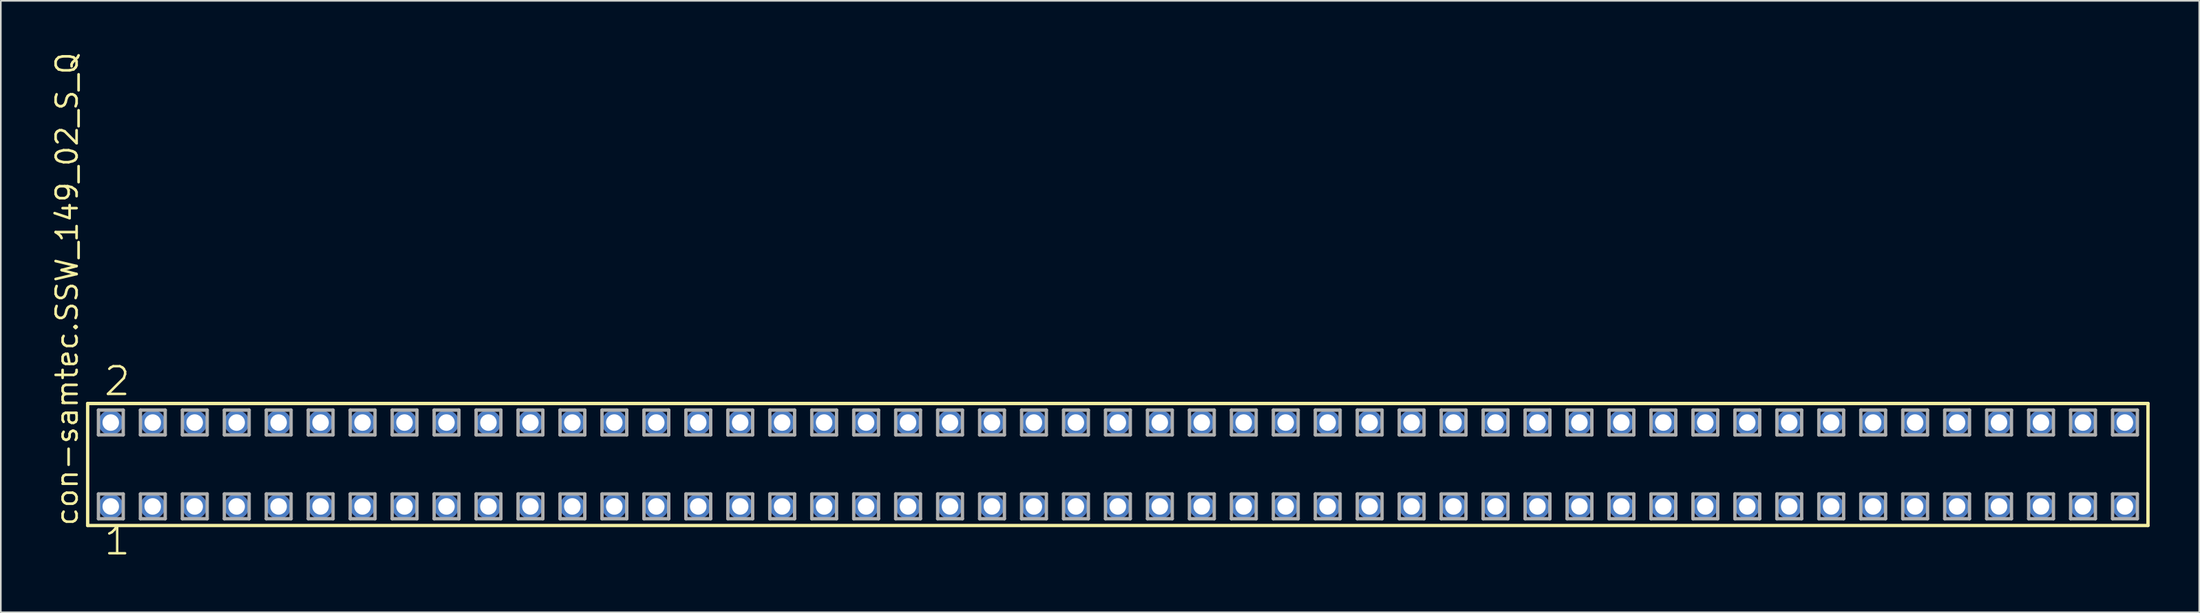
<source format=kicad_pcb>
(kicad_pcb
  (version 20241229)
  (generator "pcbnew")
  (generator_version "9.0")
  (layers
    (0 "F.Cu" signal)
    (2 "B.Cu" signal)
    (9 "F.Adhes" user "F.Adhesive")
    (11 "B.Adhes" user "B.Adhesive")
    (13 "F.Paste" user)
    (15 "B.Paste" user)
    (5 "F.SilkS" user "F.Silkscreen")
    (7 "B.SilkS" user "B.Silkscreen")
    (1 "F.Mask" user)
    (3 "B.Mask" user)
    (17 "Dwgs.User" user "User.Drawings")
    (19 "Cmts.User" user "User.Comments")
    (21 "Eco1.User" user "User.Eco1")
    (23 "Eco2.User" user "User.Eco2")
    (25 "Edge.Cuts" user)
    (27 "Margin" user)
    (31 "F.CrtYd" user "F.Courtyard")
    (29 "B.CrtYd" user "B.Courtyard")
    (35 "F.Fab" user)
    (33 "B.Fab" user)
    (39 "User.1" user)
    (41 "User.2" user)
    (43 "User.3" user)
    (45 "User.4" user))
  (footprint "con-samtec.SSW_149_02_S_Q"
    (layer "F.Cu")
    (at 64.615 25.082)
    (property "Reference" "con-samtec.SSW_149_02_S_Q" (at -62.865 3.81 90) (layer "F.SilkS") (effects (font (size 1.27 1.27) (thickness 0.16)) (justify left bottom)))
    (attr through_hole)
    (fp_line (start -62.359 -3.695) (end 62.359 -3.695) (stroke (width 0.203) (type default)) (layer "F.SilkS"))
    (fp_line (start -62.359 3.695) (end -62.359 -3.695) (stroke (width 0.203) (type default)) (layer "F.SilkS"))
    (fp_line (start 62.359 -3.695) (end 62.359 3.695) (stroke (width 0.203) (type default)) (layer "F.SilkS"))
    (fp_line (start 62.359 3.695) (end -62.359 3.695) (stroke (width 0.203) (type default)) (layer "F.SilkS"))
    (fp_line (start -61.705 -3.295) (end -60.205 -3.295) (stroke (width 0.203) (type default)) (layer "F.Fab"))
    (fp_line (start -61.705 -1.795) (end -61.705 -3.295) (stroke (width 0.203) (type default)) (layer "F.Fab"))
    (fp_line (start -61.705 1.785) (end -60.205 1.785) (stroke (width 0.203) (type default)) (layer "F.Fab"))
    (fp_line (start -61.705 3.285) (end -61.705 1.785) (stroke (width 0.203) (type default)) (layer "F.Fab"))
    (fp_line (start -60.205 -3.295) (end -60.205 -1.795) (stroke (width 0.203) (type default)) (layer "F.Fab"))
    (fp_line (start -60.205 -1.795) (end -61.705 -1.795) (stroke (width 0.203) (type default)) (layer "F.Fab"))
    (fp_line (start -60.205 1.785) (end -60.205 3.285) (stroke (width 0.203) (type default)) (layer "F.Fab"))
    (fp_line (start -60.205 3.285) (end -61.705 3.285) (stroke (width 0.203) (type default)) (layer "F.Fab"))
    (fp_line (start -59.165 -3.295) (end -57.665 -3.295) (stroke (width 0.203) (type default)) (layer "F.Fab"))
    (fp_line (start -59.165 -1.795) (end -59.165 -3.295) (stroke (width 0.203) (type default)) (layer "F.Fab"))
    (fp_line (start -59.165 1.785) (end -57.665 1.785) (stroke (width 0.203) (type default)) (layer "F.Fab"))
    (fp_line (start -59.165 3.285) (end -59.165 1.785) (stroke (width 0.203) (type default)) (layer "F.Fab"))
    (fp_line (start -57.665 -3.295) (end -57.665 -1.795) (stroke (width 0.203) (type default)) (layer "F.Fab"))
    (fp_line (start -57.665 -1.795) (end -59.165 -1.795) (stroke (width 0.203) (type default)) (layer "F.Fab"))
    (fp_line (start -57.665 1.785) (end -57.665 3.285) (stroke (width 0.203) (type default)) (layer "F.Fab"))
    (fp_line (start -57.665 3.285) (end -59.165 3.285) (stroke (width 0.203) (type default)) (layer "F.Fab"))
    (fp_line (start -56.625 -3.295) (end -55.125 -3.295) (stroke (width 0.203) (type default)) (layer "F.Fab"))
    (fp_line (start -56.625 -1.795) (end -56.625 -3.295) (stroke (width 0.203) (type default)) (layer "F.Fab"))
    (fp_line (start -56.625 1.785) (end -55.125 1.785) (stroke (width 0.203) (type default)) (layer "F.Fab"))
    (fp_line (start -56.625 3.285) (end -56.625 1.785) (stroke (width 0.203) (type default)) (layer "F.Fab"))
    (fp_line (start -55.125 -3.295) (end -55.125 -1.795) (stroke (width 0.203) (type default)) (layer "F.Fab"))
    (fp_line (start -55.125 -1.795) (end -56.625 -1.795) (stroke (width 0.203) (type default)) (layer "F.Fab"))
    (fp_line (start -55.125 1.785) (end -55.125 3.285) (stroke (width 0.203) (type default)) (layer "F.Fab"))
    (fp_line (start -55.125 3.285) (end -56.625 3.285) (stroke (width 0.203) (type default)) (layer "F.Fab"))
    (fp_line (start -54.085 -3.295) (end -52.585 -3.295) (stroke (width 0.203) (type default)) (layer "F.Fab"))
    (fp_line (start -54.085 -1.795) (end -54.085 -3.295) (stroke (width 0.203) (type default)) (layer "F.Fab"))
    (fp_line (start -54.085 1.785) (end -52.585 1.785) (stroke (width 0.203) (type default)) (layer "F.Fab"))
    (fp_line (start -54.085 3.285) (end -54.085 1.785) (stroke (width 0.203) (type default)) (layer "F.Fab"))
    (fp_line (start -52.585 -3.295) (end -52.585 -1.795) (stroke (width 0.203) (type default)) (layer "F.Fab"))
    (fp_line (start -52.585 -1.795) (end -54.085 -1.795) (stroke (width 0.203) (type default)) (layer "F.Fab"))
    (fp_line (start -52.585 1.785) (end -52.585 3.285) (stroke (width 0.203) (type default)) (layer "F.Fab"))
    (fp_line (start -52.585 3.285) (end -54.085 3.285) (stroke (width 0.203) (type default)) (layer "F.Fab"))
    (fp_line (start -51.545 -3.295) (end -50.045 -3.295) (stroke (width 0.203) (type default)) (layer "F.Fab"))
    (fp_line (start -51.545 -1.795) (end -51.545 -3.295) (stroke (width 0.203) (type default)) (layer "F.Fab"))
    (fp_line (start -51.545 1.785) (end -50.045 1.785) (stroke (width 0.203) (type default)) (layer "F.Fab"))
    (fp_line (start -51.545 3.285) (end -51.545 1.785) (stroke (width 0.203) (type default)) (layer "F.Fab"))
    (fp_line (start -50.045 -3.295) (end -50.045 -1.795) (stroke (width 0.203) (type default)) (layer "F.Fab"))
    (fp_line (start -50.045 -1.795) (end -51.545 -1.795) (stroke (width 0.203) (type default)) (layer "F.Fab"))
    (fp_line (start -50.045 1.785) (end -50.045 3.285) (stroke (width 0.203) (type default)) (layer "F.Fab"))
    (fp_line (start -50.045 3.285) (end -51.545 3.285) (stroke (width 0.203) (type default)) (layer "F.Fab"))
    (fp_line (start -49.005 -3.295) (end -47.505 -3.295) (stroke (width 0.203) (type default)) (layer "F.Fab"))
    (fp_line (start -49.005 -1.795) (end -49.005 -3.295) (stroke (width 0.203) (type default)) (layer "F.Fab"))
    (fp_line (start -49.005 1.785) (end -47.505 1.785) (stroke (width 0.203) (type default)) (layer "F.Fab"))
    (fp_line (start -49.005 3.285) (end -49.005 1.785) (stroke (width 0.203) (type default)) (layer "F.Fab"))
    (fp_line (start -47.505 -3.295) (end -47.505 -1.795) (stroke (width 0.203) (type default)) (layer "F.Fab"))
    (fp_line (start -47.505 -1.795) (end -49.005 -1.795) (stroke (width 0.203) (type default)) (layer "F.Fab"))
    (fp_line (start -47.505 1.785) (end -47.505 3.285) (stroke (width 0.203) (type default)) (layer "F.Fab"))
    (fp_line (start -47.505 3.285) (end -49.005 3.285) (stroke (width 0.203) (type default)) (layer "F.Fab"))
    (fp_line (start -46.465 -3.295) (end -44.965 -3.295) (stroke (width 0.203) (type default)) (layer "F.Fab"))
    (fp_line (start -46.465 -1.795) (end -46.465 -3.295) (stroke (width 0.203) (type default)) (layer "F.Fab"))
    (fp_line (start -46.465 1.785) (end -44.965 1.785) (stroke (width 0.203) (type default)) (layer "F.Fab"))
    (fp_line (start -46.465 3.285) (end -46.465 1.785) (stroke (width 0.203) (type default)) (layer "F.Fab"))
    (fp_line (start -44.965 -3.295) (end -44.965 -1.795) (stroke (width 0.203) (type default)) (layer "F.Fab"))
    (fp_line (start -44.965 -1.795) (end -46.465 -1.795) (stroke (width 0.203) (type default)) (layer "F.Fab"))
    (fp_line (start -44.965 1.785) (end -44.965 3.285) (stroke (width 0.203) (type default)) (layer "F.Fab"))
    (fp_line (start -44.965 3.285) (end -46.465 3.285) (stroke (width 0.203) (type default)) (layer "F.Fab"))
    (fp_line (start -43.925 -3.295) (end -42.425 -3.295) (stroke (width 0.203) (type default)) (layer "F.Fab"))
    (fp_line (start -43.925 -1.795) (end -43.925 -3.295) (stroke (width 0.203) (type default)) (layer "F.Fab"))
    (fp_line (start -43.925 1.785) (end -42.425 1.785) (stroke (width 0.203) (type default)) (layer "F.Fab"))
    (fp_line (start -43.925 3.285) (end -43.925 1.785) (stroke (width 0.203) (type default)) (layer "F.Fab"))
    (fp_line (start -42.425 -3.295) (end -42.425 -1.795) (stroke (width 0.203) (type default)) (layer "F.Fab"))
    (fp_line (start -42.425 -1.795) (end -43.925 -1.795) (stroke (width 0.203) (type default)) (layer "F.Fab"))
    (fp_line (start -42.425 1.785) (end -42.425 3.285) (stroke (width 0.203) (type default)) (layer "F.Fab"))
    (fp_line (start -42.425 3.285) (end -43.925 3.285) (stroke (width 0.203) (type default)) (layer "F.Fab"))
    (fp_line (start -41.385 -3.295) (end -39.885 -3.295) (stroke (width 0.203) (type default)) (layer "F.Fab"))
    (fp_line (start -41.385 -1.795) (end -41.385 -3.295) (stroke (width 0.203) (type default)) (layer "F.Fab"))
    (fp_line (start -41.385 1.785) (end -39.885 1.785) (stroke (width 0.203) (type default)) (layer "F.Fab"))
    (fp_line (start -41.385 3.285) (end -41.385 1.785) (stroke (width 0.203) (type default)) (layer "F.Fab"))
    (fp_line (start -39.885 -3.295) (end -39.885 -1.795) (stroke (width 0.203) (type default)) (layer "F.Fab"))
    (fp_line (start -39.885 -1.795) (end -41.385 -1.795) (stroke (width 0.203) (type default)) (layer "F.Fab"))
    (fp_line (start -39.885 1.785) (end -39.885 3.285) (stroke (width 0.203) (type default)) (layer "F.Fab"))
    (fp_line (start -39.885 3.285) (end -41.385 3.285) (stroke (width 0.203) (type default)) (layer "F.Fab"))
    (fp_line (start -38.845 -3.295) (end -37.345 -3.295) (stroke (width 0.203) (type default)) (layer "F.Fab"))
    (fp_line (start -38.845 -1.795) (end -38.845 -3.295) (stroke (width 0.203) (type default)) (layer "F.Fab"))
    (fp_line (start -38.845 1.785) (end -37.345 1.785) (stroke (width 0.203) (type default)) (layer "F.Fab"))
    (fp_line (start -38.845 3.285) (end -38.845 1.785) (stroke (width 0.203) (type default)) (layer "F.Fab"))
    (fp_line (start -37.345 -3.295) (end -37.345 -1.795) (stroke (width 0.203) (type default)) (layer "F.Fab"))
    (fp_line (start -37.345 -1.795) (end -38.845 -1.795) (stroke (width 0.203) (type default)) (layer "F.Fab"))
    (fp_line (start -37.345 1.785) (end -37.345 3.285) (stroke (width 0.203) (type default)) (layer "F.Fab"))
    (fp_line (start -37.345 3.285) (end -38.845 3.285) (stroke (width 0.203) (type default)) (layer "F.Fab"))
    (fp_line (start -36.305 -3.295) (end -34.805 -3.295) (stroke (width 0.203) (type default)) (layer "F.Fab"))
    (fp_line (start -36.305 -1.795) (end -36.305 -3.295) (stroke (width 0.203) (type default)) (layer "F.Fab"))
    (fp_line (start -36.305 1.785) (end -34.805 1.785) (stroke (width 0.203) (type default)) (layer "F.Fab"))
    (fp_line (start -36.305 3.285) (end -36.305 1.785) (stroke (width 0.203) (type default)) (layer "F.Fab"))
    (fp_line (start -34.805 -3.295) (end -34.805 -1.795) (stroke (width 0.203) (type default)) (layer "F.Fab"))
    (fp_line (start -34.805 -1.795) (end -36.305 -1.795) (stroke (width 0.203) (type default)) (layer "F.Fab"))
    (fp_line (start -34.805 1.785) (end -34.805 3.285) (stroke (width 0.203) (type default)) (layer "F.Fab"))
    (fp_line (start -34.805 3.285) (end -36.305 3.285) (stroke (width 0.203) (type default)) (layer "F.Fab"))
    (fp_line (start -33.765 -3.295) (end -32.265 -3.295) (stroke (width 0.203) (type default)) (layer "F.Fab"))
    (fp_line (start -33.765 -1.795) (end -33.765 -3.295) (stroke (width 0.203) (type default)) (layer "F.Fab"))
    (fp_line (start -33.765 1.785) (end -32.265 1.785) (stroke (width 0.203) (type default)) (layer "F.Fab"))
    (fp_line (start -33.765 3.285) (end -33.765 1.785) (stroke (width 0.203) (type default)) (layer "F.Fab"))
    (fp_line (start -32.265 -3.295) (end -32.265 -1.795) (stroke (width 0.203) (type default)) (layer "F.Fab"))
    (fp_line (start -32.265 -1.795) (end -33.765 -1.795) (stroke (width 0.203) (type default)) (layer "F.Fab"))
    (fp_line (start -32.265 1.785) (end -32.265 3.285) (stroke (width 0.203) (type default)) (layer "F.Fab"))
    (fp_line (start -32.265 3.285) (end -33.765 3.285) (stroke (width 0.203) (type default)) (layer "F.Fab"))
    (fp_line (start -31.225 -3.295) (end -29.725 -3.295) (stroke (width 0.203) (type default)) (layer "F.Fab"))
    (fp_line (start -31.225 -1.795) (end -31.225 -3.295) (stroke (width 0.203) (type default)) (layer "F.Fab"))
    (fp_line (start -31.225 1.785) (end -29.725 1.785) (stroke (width 0.203) (type default)) (layer "F.Fab"))
    (fp_line (start -31.225 3.285) (end -31.225 1.785) (stroke (width 0.203) (type default)) (layer "F.Fab"))
    (fp_line (start -29.725 -3.295) (end -29.725 -1.795) (stroke (width 0.203) (type default)) (layer "F.Fab"))
    (fp_line (start -29.725 -1.795) (end -31.225 -1.795) (stroke (width 0.203) (type default)) (layer "F.Fab"))
    (fp_line (start -29.725 1.785) (end -29.725 3.285) (stroke (width 0.203) (type default)) (layer "F.Fab"))
    (fp_line (start -29.725 3.285) (end -31.225 3.285) (stroke (width 0.203) (type default)) (layer "F.Fab"))
    (fp_line (start -28.685 -3.295) (end -27.185 -3.295) (stroke (width 0.203) (type default)) (layer "F.Fab"))
    (fp_line (start -28.685 -1.795) (end -28.685 -3.295) (stroke (width 0.203) (type default)) (layer "F.Fab"))
    (fp_line (start -28.685 1.785) (end -27.185 1.785) (stroke (width 0.203) (type default)) (layer "F.Fab"))
    (fp_line (start -28.685 3.285) (end -28.685 1.785) (stroke (width 0.203) (type default)) (layer "F.Fab"))
    (fp_line (start -27.185 -3.295) (end -27.185 -1.795) (stroke (width 0.203) (type default)) (layer "F.Fab"))
    (fp_line (start -27.185 -1.795) (end -28.685 -1.795) (stroke (width 0.203) (type default)) (layer "F.Fab"))
    (fp_line (start -27.185 1.785) (end -27.185 3.285) (stroke (width 0.203) (type default)) (layer "F.Fab"))
    (fp_line (start -27.185 3.285) (end -28.685 3.285) (stroke (width 0.203) (type default)) (layer "F.Fab"))
    (fp_line (start -26.145 -3.295) (end -24.645 -3.295) (stroke (width 0.203) (type default)) (layer "F.Fab"))
    (fp_line (start -26.145 -1.795) (end -26.145 -3.295) (stroke (width 0.203) (type default)) (layer "F.Fab"))
    (fp_line (start -26.145 1.785) (end -24.645 1.785) (stroke (width 0.203) (type default)) (layer "F.Fab"))
    (fp_line (start -26.145 3.285) (end -26.145 1.785) (stroke (width 0.203) (type default)) (layer "F.Fab"))
    (fp_line (start -24.645 -3.295) (end -24.645 -1.795) (stroke (width 0.203) (type default)) (layer "F.Fab"))
    (fp_line (start -24.645 -1.795) (end -26.145 -1.795) (stroke (width 0.203) (type default)) (layer "F.Fab"))
    (fp_line (start -24.645 1.785) (end -24.645 3.285) (stroke (width 0.203) (type default)) (layer "F.Fab"))
    (fp_line (start -24.645 3.285) (end -26.145 3.285) (stroke (width 0.203) (type default)) (layer "F.Fab"))
    (fp_line (start -23.605 -3.295) (end -22.105 -3.295) (stroke (width 0.203) (type default)) (layer "F.Fab"))
    (fp_line (start -23.605 -1.795) (end -23.605 -3.295) (stroke (width 0.203) (type default)) (layer "F.Fab"))
    (fp_line (start -23.605 1.785) (end -22.105 1.785) (stroke (width 0.203) (type default)) (layer "F.Fab"))
    (fp_line (start -23.605 3.285) (end -23.605 1.785) (stroke (width 0.203) (type default)) (layer "F.Fab"))
    (fp_line (start -22.105 -3.295) (end -22.105 -1.795) (stroke (width 0.203) (type default)) (layer "F.Fab"))
    (fp_line (start -22.105 -1.795) (end -23.605 -1.795) (stroke (width 0.203) (type default)) (layer "F.Fab"))
    (fp_line (start -22.105 1.785) (end -22.105 3.285) (stroke (width 0.203) (type default)) (layer "F.Fab"))
    (fp_line (start -22.105 3.285) (end -23.605 3.285) (stroke (width 0.203) (type default)) (layer "F.Fab"))
    (fp_line (start -21.065 -3.295) (end -19.565 -3.295) (stroke (width 0.203) (type default)) (layer "F.Fab"))
    (fp_line (start -21.065 -1.795) (end -21.065 -3.295) (stroke (width 0.203) (type default)) (layer "F.Fab"))
    (fp_line (start -21.065 1.785) (end -19.565 1.785) (stroke (width 0.203) (type default)) (layer "F.Fab"))
    (fp_line (start -21.065 3.285) (end -21.065 1.785) (stroke (width 0.203) (type default)) (layer "F.Fab"))
    (fp_line (start -19.565 -3.295) (end -19.565 -1.795) (stroke (width 0.203) (type default)) (layer "F.Fab"))
    (fp_line (start -19.565 -1.795) (end -21.065 -1.795) (stroke (width 0.203) (type default)) (layer "F.Fab"))
    (fp_line (start -19.565 1.785) (end -19.565 3.285) (stroke (width 0.203) (type default)) (layer "F.Fab"))
    (fp_line (start -19.565 3.285) (end -21.065 3.285) (stroke (width 0.203) (type default)) (layer "F.Fab"))
    (fp_line (start -18.525 -3.295) (end -17.025 -3.295) (stroke (width 0.203) (type default)) (layer "F.Fab"))
    (fp_line (start -18.525 -1.795) (end -18.525 -3.295) (stroke (width 0.203) (type default)) (layer "F.Fab"))
    (fp_line (start -18.525 1.785) (end -17.025 1.785) (stroke (width 0.203) (type default)) (layer "F.Fab"))
    (fp_line (start -18.525 3.285) (end -18.525 1.785) (stroke (width 0.203) (type default)) (layer "F.Fab"))
    (fp_line (start -17.025 -3.295) (end -17.025 -1.795) (stroke (width 0.203) (type default)) (layer "F.Fab"))
    (fp_line (start -17.025 -1.795) (end -18.525 -1.795) (stroke (width 0.203) (type default)) (layer "F.Fab"))
    (fp_line (start -17.025 1.785) (end -17.025 3.285) (stroke (width 0.203) (type default)) (layer "F.Fab"))
    (fp_line (start -17.025 3.285) (end -18.525 3.285) (stroke (width 0.203) (type default)) (layer "F.Fab"))
    (fp_line (start -15.985 -3.295) (end -14.485 -3.295) (stroke (width 0.203) (type default)) (layer "F.Fab"))
    (fp_line (start -15.985 -1.795) (end -15.985 -3.295) (stroke (width 0.203) (type default)) (layer "F.Fab"))
    (fp_line (start -15.985 1.785) (end -14.485 1.785) (stroke (width 0.203) (type default)) (layer "F.Fab"))
    (fp_line (start -15.985 3.285) (end -15.985 1.785) (stroke (width 0.203) (type default)) (layer "F.Fab"))
    (fp_line (start -14.485 -3.295) (end -14.485 -1.795) (stroke (width 0.203) (type default)) (layer "F.Fab"))
    (fp_line (start -14.485 -1.795) (end -15.985 -1.795) (stroke (width 0.203) (type default)) (layer "F.Fab"))
    (fp_line (start -14.485 1.785) (end -14.485 3.285) (stroke (width 0.203) (type default)) (layer "F.Fab"))
    (fp_line (start -14.485 3.285) (end -15.985 3.285) (stroke (width 0.203) (type default)) (layer "F.Fab"))
    (fp_line (start -13.445 -3.295) (end -11.945 -3.295) (stroke (width 0.203) (type default)) (layer "F.Fab"))
    (fp_line (start -13.445 -1.795) (end -13.445 -3.295) (stroke (width 0.203) (type default)) (layer "F.Fab"))
    (fp_line (start -13.445 1.785) (end -11.945 1.785) (stroke (width 0.203) (type default)) (layer "F.Fab"))
    (fp_line (start -13.445 3.285) (end -13.445 1.785) (stroke (width 0.203) (type default)) (layer "F.Fab"))
    (fp_line (start -11.945 -3.295) (end -11.945 -1.795) (stroke (width 0.203) (type default)) (layer "F.Fab"))
    (fp_line (start -11.945 -1.795) (end -13.445 -1.795) (stroke (width 0.203) (type default)) (layer "F.Fab"))
    (fp_line (start -11.945 1.785) (end -11.945 3.285) (stroke (width 0.203) (type default)) (layer "F.Fab"))
    (fp_line (start -11.945 3.285) (end -13.445 3.285) (stroke (width 0.203) (type default)) (layer "F.Fab"))
    (fp_line (start -10.905 -3.295) (end -9.405 -3.295) (stroke (width 0.203) (type default)) (layer "F.Fab"))
    (fp_line (start -10.905 -1.795) (end -10.905 -3.295) (stroke (width 0.203) (type default)) (layer "F.Fab"))
    (fp_line (start -10.905 1.785) (end -9.405 1.785) (stroke (width 0.203) (type default)) (layer "F.Fab"))
    (fp_line (start -10.905 3.285) (end -10.905 1.785) (stroke (width 0.203) (type default)) (layer "F.Fab"))
    (fp_line (start -9.405 -3.295) (end -9.405 -1.795) (stroke (width 0.203) (type default)) (layer "F.Fab"))
    (fp_line (start -9.405 -1.795) (end -10.905 -1.795) (stroke (width 0.203) (type default)) (layer "F.Fab"))
    (fp_line (start -9.405 1.785) (end -9.405 3.285) (stroke (width 0.203) (type default)) (layer "F.Fab"))
    (fp_line (start -9.405 3.285) (end -10.905 3.285) (stroke (width 0.203) (type default)) (layer "F.Fab"))
    (fp_line (start -8.365 -3.295) (end -6.865 -3.295) (stroke (width 0.203) (type default)) (layer "F.Fab"))
    (fp_line (start -8.365 -1.795) (end -8.365 -3.295) (stroke (width 0.203) (type default)) (layer "F.Fab"))
    (fp_line (start -8.365 1.785) (end -6.865 1.785) (stroke (width 0.203) (type default)) (layer "F.Fab"))
    (fp_line (start -8.365 3.285) (end -8.365 1.785) (stroke (width 0.203) (type default)) (layer "F.Fab"))
    (fp_line (start -6.865 -3.295) (end -6.865 -1.795) (stroke (width 0.203) (type default)) (layer "F.Fab"))
    (fp_line (start -6.865 -1.795) (end -8.365 -1.795) (stroke (width 0.203) (type default)) (layer "F.Fab"))
    (fp_line (start -6.865 1.785) (end -6.865 3.285) (stroke (width 0.203) (type default)) (layer "F.Fab"))
    (fp_line (start -6.865 3.285) (end -8.365 3.285) (stroke (width 0.203) (type default)) (layer "F.Fab"))
    (fp_line (start -5.825 -3.295) (end -4.325 -3.295) (stroke (width 0.203) (type default)) (layer "F.Fab"))
    (fp_line (start -5.825 -1.795) (end -5.825 -3.295) (stroke (width 0.203) (type default)) (layer "F.Fab"))
    (fp_line (start -5.825 1.785) (end -4.325 1.785) (stroke (width 0.203) (type default)) (layer "F.Fab"))
    (fp_line (start -5.825 3.285) (end -5.825 1.785) (stroke (width 0.203) (type default)) (layer "F.Fab"))
    (fp_line (start -4.325 -3.295) (end -4.325 -1.795) (stroke (width 0.203) (type default)) (layer "F.Fab"))
    (fp_line (start -4.325 -1.795) (end -5.825 -1.795) (stroke (width 0.203) (type default)) (layer "F.Fab"))
    (fp_line (start -4.325 1.785) (end -4.325 3.285) (stroke (width 0.203) (type default)) (layer "F.Fab"))
    (fp_line (start -4.325 3.285) (end -5.825 3.285) (stroke (width 0.203) (type default)) (layer "F.Fab"))
    (fp_line (start -3.285 -3.295) (end -1.785 -3.295) (stroke (width 0.203) (type default)) (layer "F.Fab"))
    (fp_line (start -3.285 -1.795) (end -3.285 -3.295) (stroke (width 0.203) (type default)) (layer "F.Fab"))
    (fp_line (start -3.285 1.785) (end -1.785 1.785) (stroke (width 0.203) (type default)) (layer "F.Fab"))
    (fp_line (start -3.285 3.285) (end -3.285 1.785) (stroke (width 0.203) (type default)) (layer "F.Fab"))
    (fp_line (start -1.785 -3.295) (end -1.785 -1.795) (stroke (width 0.203) (type default)) (layer "F.Fab"))
    (fp_line (start -1.785 -1.795) (end -3.285 -1.795) (stroke (width 0.203) (type default)) (layer "F.Fab"))
    (fp_line (start -1.785 1.785) (end -1.785 3.285) (stroke (width 0.203) (type default)) (layer "F.Fab"))
    (fp_line (start -1.785 3.285) (end -3.285 3.285) (stroke (width 0.203) (type default)) (layer "F.Fab"))
    (fp_line (start -0.745 -3.295) (end 0.755 -3.295) (stroke (width 0.203) (type default)) (layer "F.Fab"))
    (fp_line (start -0.745 -1.795) (end -0.745 -3.295) (stroke (width 0.203) (type default)) (layer "F.Fab"))
    (fp_line (start -0.745 1.785) (end 0.755 1.785) (stroke (width 0.203) (type default)) (layer "F.Fab"))
    (fp_line (start -0.745 3.285) (end -0.745 1.785) (stroke (width 0.203) (type default)) (layer "F.Fab"))
    (fp_line (start 0.755 -3.295) (end 0.755 -1.795) (stroke (width 0.203) (type default)) (layer "F.Fab"))
    (fp_line (start 0.755 -1.795) (end -0.745 -1.795) (stroke (width 0.203) (type default)) (layer "F.Fab"))
    (fp_line (start 0.755 1.785) (end 0.755 3.285) (stroke (width 0.203) (type default)) (layer "F.Fab"))
    (fp_line (start 0.755 3.285) (end -0.745 3.285) (stroke (width 0.203) (type default)) (layer "F.Fab"))
    (fp_line (start 1.795 -3.295) (end 3.295 -3.295) (stroke (width 0.203) (type default)) (layer "F.Fab"))
    (fp_line (start 1.795 -1.795) (end 1.795 -3.295) (stroke (width 0.203) (type default)) (layer "F.Fab"))
    (fp_line (start 1.795 1.785) (end 3.295 1.785) (stroke (width 0.203) (type default)) (layer "F.Fab"))
    (fp_line (start 1.795 3.285) (end 1.795 1.785) (stroke (width 0.203) (type default)) (layer "F.Fab"))
    (fp_line (start 3.295 -3.295) (end 3.295 -1.795) (stroke (width 0.203) (type default)) (layer "F.Fab"))
    (fp_line (start 3.295 -1.795) (end 1.795 -1.795) (stroke (width 0.203) (type default)) (layer "F.Fab"))
    (fp_line (start 3.295 1.785) (end 3.295 3.285) (stroke (width 0.203) (type default)) (layer "F.Fab"))
    (fp_line (start 3.295 3.285) (end 1.795 3.285) (stroke (width 0.203) (type default)) (layer "F.Fab"))
    (fp_line (start 4.335 -3.295) (end 5.835 -3.295) (stroke (width 0.203) (type default)) (layer "F.Fab"))
    (fp_line (start 4.335 -1.795) (end 4.335 -3.295) (stroke (width 0.203) (type default)) (layer "F.Fab"))
    (fp_line (start 4.335 1.785) (end 5.835 1.785) (stroke (width 0.203) (type default)) (layer "F.Fab"))
    (fp_line (start 4.335 3.285) (end 4.335 1.785) (stroke (width 0.203) (type default)) (layer "F.Fab"))
    (fp_line (start 5.835 -3.295) (end 5.835 -1.795) (stroke (width 0.203) (type default)) (layer "F.Fab"))
    (fp_line (start 5.835 -1.795) (end 4.335 -1.795) (stroke (width 0.203) (type default)) (layer "F.Fab"))
    (fp_line (start 5.835 1.785) (end 5.835 3.285) (stroke (width 0.203) (type default)) (layer "F.Fab"))
    (fp_line (start 5.835 3.285) (end 4.335 3.285) (stroke (width 0.203) (type default)) (layer "F.Fab"))
    (fp_line (start 6.875 -3.295) (end 8.375 -3.295) (stroke (width 0.203) (type default)) (layer "F.Fab"))
    (fp_line (start 6.875 -1.795) (end 6.875 -3.295) (stroke (width 0.203) (type default)) (layer "F.Fab"))
    (fp_line (start 6.875 1.785) (end 8.375 1.785) (stroke (width 0.203) (type default)) (layer "F.Fab"))
    (fp_line (start 6.875 3.285) (end 6.875 1.785) (stroke (width 0.203) (type default)) (layer "F.Fab"))
    (fp_line (start 8.375 -3.295) (end 8.375 -1.795) (stroke (width 0.203) (type default)) (layer "F.Fab"))
    (fp_line (start 8.375 -1.795) (end 6.875 -1.795) (stroke (width 0.203) (type default)) (layer "F.Fab"))
    (fp_line (start 8.375 1.785) (end 8.375 3.285) (stroke (width 0.203) (type default)) (layer "F.Fab"))
    (fp_line (start 8.375 3.285) (end 6.875 3.285) (stroke (width 0.203) (type default)) (layer "F.Fab"))
    (fp_line (start 9.415 -3.295) (end 10.915 -3.295) (stroke (width 0.203) (type default)) (layer "F.Fab"))
    (fp_line (start 9.415 -1.795) (end 9.415 -3.295) (stroke (width 0.203) (type default)) (layer "F.Fab"))
    (fp_line (start 9.415 1.785) (end 10.915 1.785) (stroke (width 0.203) (type default)) (layer "F.Fab"))
    (fp_line (start 9.415 3.285) (end 9.415 1.785) (stroke (width 0.203) (type default)) (layer "F.Fab"))
    (fp_line (start 10.915 -3.295) (end 10.915 -1.795) (stroke (width 0.203) (type default)) (layer "F.Fab"))
    (fp_line (start 10.915 -1.795) (end 9.415 -1.795) (stroke (width 0.203) (type default)) (layer "F.Fab"))
    (fp_line (start 10.915 1.785) (end 10.915 3.285) (stroke (width 0.203) (type default)) (layer "F.Fab"))
    (fp_line (start 10.915 3.285) (end 9.415 3.285) (stroke (width 0.203) (type default)) (layer "F.Fab"))
    (fp_line (start 11.955 -3.295) (end 13.455 -3.295) (stroke (width 0.203) (type default)) (layer "F.Fab"))
    (fp_line (start 11.955 -1.795) (end 11.955 -3.295) (stroke (width 0.203) (type default)) (layer "F.Fab"))
    (fp_line (start 11.955 1.785) (end 13.455 1.785) (stroke (width 0.203) (type default)) (layer "F.Fab"))
    (fp_line (start 11.955 3.285) (end 11.955 1.785) (stroke (width 0.203) (type default)) (layer "F.Fab"))
    (fp_line (start 13.455 -3.295) (end 13.455 -1.795) (stroke (width 0.203) (type default)) (layer "F.Fab"))
    (fp_line (start 13.455 -1.795) (end 11.955 -1.795) (stroke (width 0.203) (type default)) (layer "F.Fab"))
    (fp_line (start 13.455 1.785) (end 13.455 3.285) (stroke (width 0.203) (type default)) (layer "F.Fab"))
    (fp_line (start 13.455 3.285) (end 11.955 3.285) (stroke (width 0.203) (type default)) (layer "F.Fab"))
    (fp_line (start 14.495 -3.295) (end 15.995 -3.295) (stroke (width 0.203) (type default)) (layer "F.Fab"))
    (fp_line (start 14.495 -1.795) (end 14.495 -3.295) (stroke (width 0.203) (type default)) (layer "F.Fab"))
    (fp_line (start 14.495 1.785) (end 15.995 1.785) (stroke (width 0.203) (type default)) (layer "F.Fab"))
    (fp_line (start 14.495 3.285) (end 14.495 1.785) (stroke (width 0.203) (type default)) (layer "F.Fab"))
    (fp_line (start 15.995 -3.295) (end 15.995 -1.795) (stroke (width 0.203) (type default)) (layer "F.Fab"))
    (fp_line (start 15.995 -1.795) (end 14.495 -1.795) (stroke (width 0.203) (type default)) (layer "F.Fab"))
    (fp_line (start 15.995 1.785) (end 15.995 3.285) (stroke (width 0.203) (type default)) (layer "F.Fab"))
    (fp_line (start 15.995 3.285) (end 14.495 3.285) (stroke (width 0.203) (type default)) (layer "F.Fab"))
    (fp_line (start 17.035 -3.295) (end 18.535 -3.295) (stroke (width 0.203) (type default)) (layer "F.Fab"))
    (fp_line (start 17.035 -1.795) (end 17.035 -3.295) (stroke (width 0.203) (type default)) (layer "F.Fab"))
    (fp_line (start 17.035 1.785) (end 18.535 1.785) (stroke (width 0.203) (type default)) (layer "F.Fab"))
    (fp_line (start 17.035 3.285) (end 17.035 1.785) (stroke (width 0.203) (type default)) (layer "F.Fab"))
    (fp_line (start 18.535 -3.295) (end 18.535 -1.795) (stroke (width 0.203) (type default)) (layer "F.Fab"))
    (fp_line (start 18.535 -1.795) (end 17.035 -1.795) (stroke (width 0.203) (type default)) (layer "F.Fab"))
    (fp_line (start 18.535 1.785) (end 18.535 3.285) (stroke (width 0.203) (type default)) (layer "F.Fab"))
    (fp_line (start 18.535 3.285) (end 17.035 3.285) (stroke (width 0.203) (type default)) (layer "F.Fab"))
    (fp_line (start 19.575 -3.295) (end 21.075 -3.295) (stroke (width 0.203) (type default)) (layer "F.Fab"))
    (fp_line (start 19.575 -1.795) (end 19.575 -3.295) (stroke (width 0.203) (type default)) (layer "F.Fab"))
    (fp_line (start 19.575 1.785) (end 21.075 1.785) (stroke (width 0.203) (type default)) (layer "F.Fab"))
    (fp_line (start 19.575 3.285) (end 19.575 1.785) (stroke (width 0.203) (type default)) (layer "F.Fab"))
    (fp_line (start 21.075 -3.295) (end 21.075 -1.795) (stroke (width 0.203) (type default)) (layer "F.Fab"))
    (fp_line (start 21.075 -1.795) (end 19.575 -1.795) (stroke (width 0.203) (type default)) (layer "F.Fab"))
    (fp_line (start 21.075 1.785) (end 21.075 3.285) (stroke (width 0.203) (type default)) (layer "F.Fab"))
    (fp_line (start 21.075 3.285) (end 19.575 3.285) (stroke (width 0.203) (type default)) (layer "F.Fab"))
    (fp_line (start 22.115 -3.295) (end 23.615 -3.295) (stroke (width 0.203) (type default)) (layer "F.Fab"))
    (fp_line (start 22.115 -1.795) (end 22.115 -3.295) (stroke (width 0.203) (type default)) (layer "F.Fab"))
    (fp_line (start 22.115 1.785) (end 23.615 1.785) (stroke (width 0.203) (type default)) (layer "F.Fab"))
    (fp_line (start 22.115 3.285) (end 22.115 1.785) (stroke (width 0.203) (type default)) (layer "F.Fab"))
    (fp_line (start 23.615 -3.295) (end 23.615 -1.795) (stroke (width 0.203) (type default)) (layer "F.Fab"))
    (fp_line (start 23.615 -1.795) (end 22.115 -1.795) (stroke (width 0.203) (type default)) (layer "F.Fab"))
    (fp_line (start 23.615 1.785) (end 23.615 3.285) (stroke (width 0.203) (type default)) (layer "F.Fab"))
    (fp_line (start 23.615 3.285) (end 22.115 3.285) (stroke (width 0.203) (type default)) (layer "F.Fab"))
    (fp_line (start 24.655 -3.295) (end 26.155 -3.295) (stroke (width 0.203) (type default)) (layer "F.Fab"))
    (fp_line (start 24.655 -1.795) (end 24.655 -3.295) (stroke (width 0.203) (type default)) (layer "F.Fab"))
    (fp_line (start 24.655 1.785) (end 26.155 1.785) (stroke (width 0.203) (type default)) (layer "F.Fab"))
    (fp_line (start 24.655 3.285) (end 24.655 1.785) (stroke (width 0.203) (type default)) (layer "F.Fab"))
    (fp_line (start 26.155 -3.295) (end 26.155 -1.795) (stroke (width 0.203) (type default)) (layer "F.Fab"))
    (fp_line (start 26.155 -1.795) (end 24.655 -1.795) (stroke (width 0.203) (type default)) (layer "F.Fab"))
    (fp_line (start 26.155 1.785) (end 26.155 3.285) (stroke (width 0.203) (type default)) (layer "F.Fab"))
    (fp_line (start 26.155 3.285) (end 24.655 3.285) (stroke (width 0.203) (type default)) (layer "F.Fab"))
    (fp_line (start 27.195 -3.295) (end 28.695 -3.295) (stroke (width 0.203) (type default)) (layer "F.Fab"))
    (fp_line (start 27.195 -1.795) (end 27.195 -3.295) (stroke (width 0.203) (type default)) (layer "F.Fab"))
    (fp_line (start 27.195 1.785) (end 28.695 1.785) (stroke (width 0.203) (type default)) (layer "F.Fab"))
    (fp_line (start 27.195 3.285) (end 27.195 1.785) (stroke (width 0.203) (type default)) (layer "F.Fab"))
    (fp_line (start 28.695 -3.295) (end 28.695 -1.795) (stroke (width 0.203) (type default)) (layer "F.Fab"))
    (fp_line (start 28.695 -1.795) (end 27.195 -1.795) (stroke (width 0.203) (type default)) (layer "F.Fab"))
    (fp_line (start 28.695 1.785) (end 28.695 3.285) (stroke (width 0.203) (type default)) (layer "F.Fab"))
    (fp_line (start 28.695 3.285) (end 27.195 3.285) (stroke (width 0.203) (type default)) (layer "F.Fab"))
    (fp_line (start 29.735 -3.295) (end 31.235 -3.295) (stroke (width 0.203) (type default)) (layer "F.Fab"))
    (fp_line (start 29.735 -1.795) (end 29.735 -3.295) (stroke (width 0.203) (type default)) (layer "F.Fab"))
    (fp_line (start 29.735 1.785) (end 31.235 1.785) (stroke (width 0.203) (type default)) (layer "F.Fab"))
    (fp_line (start 29.735 3.285) (end 29.735 1.785) (stroke (width 0.203) (type default)) (layer "F.Fab"))
    (fp_line (start 31.235 -3.295) (end 31.235 -1.795) (stroke (width 0.203) (type default)) (layer "F.Fab"))
    (fp_line (start 31.235 -1.795) (end 29.735 -1.795) (stroke (width 0.203) (type default)) (layer "F.Fab"))
    (fp_line (start 31.235 1.785) (end 31.235 3.285) (stroke (width 0.203) (type default)) (layer "F.Fab"))
    (fp_line (start 31.235 3.285) (end 29.735 3.285) (stroke (width 0.203) (type default)) (layer "F.Fab"))
    (fp_line (start 32.275 -3.295) (end 33.775 -3.295) (stroke (width 0.203) (type default)) (layer "F.Fab"))
    (fp_line (start 32.275 -1.795) (end 32.275 -3.295) (stroke (width 0.203) (type default)) (layer "F.Fab"))
    (fp_line (start 32.275 1.785) (end 33.775 1.785) (stroke (width 0.203) (type default)) (layer "F.Fab"))
    (fp_line (start 32.275 3.285) (end 32.275 1.785) (stroke (width 0.203) (type default)) (layer "F.Fab"))
    (fp_line (start 33.775 -3.295) (end 33.775 -1.795) (stroke (width 0.203) (type default)) (layer "F.Fab"))
    (fp_line (start 33.775 -1.795) (end 32.275 -1.795) (stroke (width 0.203) (type default)) (layer "F.Fab"))
    (fp_line (start 33.775 1.785) (end 33.775 3.285) (stroke (width 0.203) (type default)) (layer "F.Fab"))
    (fp_line (start 33.775 3.285) (end 32.275 3.285) (stroke (width 0.203) (type default)) (layer "F.Fab"))
    (fp_line (start 34.815 -3.295) (end 36.315 -3.295) (stroke (width 0.203) (type default)) (layer "F.Fab"))
    (fp_line (start 34.815 -1.795) (end 34.815 -3.295) (stroke (width 0.203) (type default)) (layer "F.Fab"))
    (fp_line (start 34.815 1.785) (end 36.315 1.785) (stroke (width 0.203) (type default)) (layer "F.Fab"))
    (fp_line (start 34.815 3.285) (end 34.815 1.785) (stroke (width 0.203) (type default)) (layer "F.Fab"))
    (fp_line (start 36.315 -3.295) (end 36.315 -1.795) (stroke (width 0.203) (type default)) (layer "F.Fab"))
    (fp_line (start 36.315 -1.795) (end 34.815 -1.795) (stroke (width 0.203) (type default)) (layer "F.Fab"))
    (fp_line (start 36.315 1.785) (end 36.315 3.285) (stroke (width 0.203) (type default)) (layer "F.Fab"))
    (fp_line (start 36.315 3.285) (end 34.815 3.285) (stroke (width 0.203) (type default)) (layer "F.Fab"))
    (fp_line (start 37.355 -3.295) (end 38.855 -3.295) (stroke (width 0.203) (type default)) (layer "F.Fab"))
    (fp_line (start 37.355 -1.795) (end 37.355 -3.295) (stroke (width 0.203) (type default)) (layer "F.Fab"))
    (fp_line (start 37.355 1.785) (end 38.855 1.785) (stroke (width 0.203) (type default)) (layer "F.Fab"))
    (fp_line (start 37.355 3.285) (end 37.355 1.785) (stroke (width 0.203) (type default)) (layer "F.Fab"))
    (fp_line (start 38.855 -3.295) (end 38.855 -1.795) (stroke (width 0.203) (type default)) (layer "F.Fab"))
    (fp_line (start 38.855 -1.795) (end 37.355 -1.795) (stroke (width 0.203) (type default)) (layer "F.Fab"))
    (fp_line (start 38.855 1.785) (end 38.855 3.285) (stroke (width 0.203) (type default)) (layer "F.Fab"))
    (fp_line (start 38.855 3.285) (end 37.355 3.285) (stroke (width 0.203) (type default)) (layer "F.Fab"))
    (fp_line (start 39.895 -3.295) (end 41.395 -3.295) (stroke (width 0.203) (type default)) (layer "F.Fab"))
    (fp_line (start 39.895 -1.795) (end 39.895 -3.295) (stroke (width 0.203) (type default)) (layer "F.Fab"))
    (fp_line (start 39.895 1.785) (end 41.395 1.785) (stroke (width 0.203) (type default)) (layer "F.Fab"))
    (fp_line (start 39.895 3.285) (end 39.895 1.785) (stroke (width 0.203) (type default)) (layer "F.Fab"))
    (fp_line (start 41.395 -3.295) (end 41.395 -1.795) (stroke (width 0.203) (type default)) (layer "F.Fab"))
    (fp_line (start 41.395 -1.795) (end 39.895 -1.795) (stroke (width 0.203) (type default)) (layer "F.Fab"))
    (fp_line (start 41.395 1.785) (end 41.395 3.285) (stroke (width 0.203) (type default)) (layer "F.Fab"))
    (fp_line (start 41.395 3.285) (end 39.895 3.285) (stroke (width 0.203) (type default)) (layer "F.Fab"))
    (fp_line (start 42.435 -3.295) (end 43.935 -3.295) (stroke (width 0.203) (type default)) (layer "F.Fab"))
    (fp_line (start 42.435 -1.795) (end 42.435 -3.295) (stroke (width 0.203) (type default)) (layer "F.Fab"))
    (fp_line (start 42.435 1.785) (end 43.935 1.785) (stroke (width 0.203) (type default)) (layer "F.Fab"))
    (fp_line (start 42.435 3.285) (end 42.435 1.785) (stroke (width 0.203) (type default)) (layer "F.Fab"))
    (fp_line (start 43.935 -3.295) (end 43.935 -1.795) (stroke (width 0.203) (type default)) (layer "F.Fab"))
    (fp_line (start 43.935 -1.795) (end 42.435 -1.795) (stroke (width 0.203) (type default)) (layer "F.Fab"))
    (fp_line (start 43.935 1.785) (end 43.935 3.285) (stroke (width 0.203) (type default)) (layer "F.Fab"))
    (fp_line (start 43.935 3.285) (end 42.435 3.285) (stroke (width 0.203) (type default)) (layer "F.Fab"))
    (fp_line (start 44.975 -3.295) (end 46.475 -3.295) (stroke (width 0.203) (type default)) (layer "F.Fab"))
    (fp_line (start 44.975 -1.795) (end 44.975 -3.295) (stroke (width 0.203) (type default)) (layer "F.Fab"))
    (fp_line (start 44.975 1.785) (end 46.475 1.785) (stroke (width 0.203) (type default)) (layer "F.Fab"))
    (fp_line (start 44.975 3.285) (end 44.975 1.785) (stroke (width 0.203) (type default)) (layer "F.Fab"))
    (fp_line (start 46.475 -3.295) (end 46.475 -1.795) (stroke (width 0.203) (type default)) (layer "F.Fab"))
    (fp_line (start 46.475 -1.795) (end 44.975 -1.795) (stroke (width 0.203) (type default)) (layer "F.Fab"))
    (fp_line (start 46.475 1.785) (end 46.475 3.285) (stroke (width 0.203) (type default)) (layer "F.Fab"))
    (fp_line (start 46.475 3.285) (end 44.975 3.285) (stroke (width 0.203) (type default)) (layer "F.Fab"))
    (fp_line (start 47.515 -3.295) (end 49.015 -3.295) (stroke (width 0.203) (type default)) (layer "F.Fab"))
    (fp_line (start 47.515 -1.795) (end 47.515 -3.295) (stroke (width 0.203) (type default)) (layer "F.Fab"))
    (fp_line (start 47.515 1.785) (end 49.015 1.785) (stroke (width 0.203) (type default)) (layer "F.Fab"))
    (fp_line (start 47.515 3.285) (end 47.515 1.785) (stroke (width 0.203) (type default)) (layer "F.Fab"))
    (fp_line (start 49.015 -3.295) (end 49.015 -1.795) (stroke (width 0.203) (type default)) (layer "F.Fab"))
    (fp_line (start 49.015 -1.795) (end 47.515 -1.795) (stroke (width 0.203) (type default)) (layer "F.Fab"))
    (fp_line (start 49.015 1.785) (end 49.015 3.285) (stroke (width 0.203) (type default)) (layer "F.Fab"))
    (fp_line (start 49.015 3.285) (end 47.515 3.285) (stroke (width 0.203) (type default)) (layer "F.Fab"))
    (fp_line (start 50.055 -3.295) (end 51.555 -3.295) (stroke (width 0.203) (type default)) (layer "F.Fab"))
    (fp_line (start 50.055 -1.795) (end 50.055 -3.295) (stroke (width 0.203) (type default)) (layer "F.Fab"))
    (fp_line (start 50.055 1.785) (end 51.555 1.785) (stroke (width 0.203) (type default)) (layer "F.Fab"))
    (fp_line (start 50.055 3.285) (end 50.055 1.785) (stroke (width 0.203) (type default)) (layer "F.Fab"))
    (fp_line (start 51.555 -3.295) (end 51.555 -1.795) (stroke (width 0.203) (type default)) (layer "F.Fab"))
    (fp_line (start 51.555 -1.795) (end 50.055 -1.795) (stroke (width 0.203) (type default)) (layer "F.Fab"))
    (fp_line (start 51.555 1.785) (end 51.555 3.285) (stroke (width 0.203) (type default)) (layer "F.Fab"))
    (fp_line (start 51.555 3.285) (end 50.055 3.285) (stroke (width 0.203) (type default)) (layer "F.Fab"))
    (fp_line (start 52.595 -3.295) (end 54.095 -3.295) (stroke (width 0.203) (type default)) (layer "F.Fab"))
    (fp_line (start 52.595 -1.795) (end 52.595 -3.295) (stroke (width 0.203) (type default)) (layer "F.Fab"))
    (fp_line (start 52.595 1.785) (end 54.095 1.785) (stroke (width 0.203) (type default)) (layer "F.Fab"))
    (fp_line (start 52.595 3.285) (end 52.595 1.785) (stroke (width 0.203) (type default)) (layer "F.Fab"))
    (fp_line (start 54.095 -3.295) (end 54.095 -1.795) (stroke (width 0.203) (type default)) (layer "F.Fab"))
    (fp_line (start 54.095 -1.795) (end 52.595 -1.795) (stroke (width 0.203) (type default)) (layer "F.Fab"))
    (fp_line (start 54.095 1.785) (end 54.095 3.285) (stroke (width 0.203) (type default)) (layer "F.Fab"))
    (fp_line (start 54.095 3.285) (end 52.595 3.285) (stroke (width 0.203) (type default)) (layer "F.Fab"))
    (fp_line (start 55.135 -3.295) (end 56.635 -3.295) (stroke (width 0.203) (type default)) (layer "F.Fab"))
    (fp_line (start 55.135 -1.795) (end 55.135 -3.295) (stroke (width 0.203) (type default)) (layer "F.Fab"))
    (fp_line (start 55.135 1.785) (end 56.635 1.785) (stroke (width 0.203) (type default)) (layer "F.Fab"))
    (fp_line (start 55.135 3.285) (end 55.135 1.785) (stroke (width 0.203) (type default)) (layer "F.Fab"))
    (fp_line (start 56.635 -3.295) (end 56.635 -1.795) (stroke (width 0.203) (type default)) (layer "F.Fab"))
    (fp_line (start 56.635 -1.795) (end 55.135 -1.795) (stroke (width 0.203) (type default)) (layer "F.Fab"))
    (fp_line (start 56.635 1.785) (end 56.635 3.285) (stroke (width 0.203) (type default)) (layer "F.Fab"))
    (fp_line (start 56.635 3.285) (end 55.135 3.285) (stroke (width 0.203) (type default)) (layer "F.Fab"))
    (fp_line (start 57.675 -3.295) (end 59.175 -3.295) (stroke (width 0.203) (type default)) (layer "F.Fab"))
    (fp_line (start 57.675 -1.795) (end 57.675 -3.295) (stroke (width 0.203) (type default)) (layer "F.Fab"))
    (fp_line (start 57.675 1.785) (end 59.175 1.785) (stroke (width 0.203) (type default)) (layer "F.Fab"))
    (fp_line (start 57.675 3.285) (end 57.675 1.785) (stroke (width 0.203) (type default)) (layer "F.Fab"))
    (fp_line (start 59.175 -3.295) (end 59.175 -1.795) (stroke (width 0.203) (type default)) (layer "F.Fab"))
    (fp_line (start 59.175 -1.795) (end 57.675 -1.795) (stroke (width 0.203) (type default)) (layer "F.Fab"))
    (fp_line (start 59.175 1.785) (end 59.175 3.285) (stroke (width 0.203) (type default)) (layer "F.Fab"))
    (fp_line (start 59.175 3.285) (end 57.675 3.285) (stroke (width 0.203) (type default)) (layer "F.Fab"))
    (fp_line (start 60.215 -3.295) (end 61.715 -3.295) (stroke (width 0.203) (type default)) (layer "F.Fab"))
    (fp_line (start 60.215 -1.795) (end 60.215 -3.295) (stroke (width 0.203) (type default)) (layer "F.Fab"))
    (fp_line (start 60.215 1.785) (end 61.715 1.785) (stroke (width 0.203) (type default)) (layer "F.Fab"))
    (fp_line (start 60.215 3.285) (end 60.215 1.785) (stroke (width 0.203) (type default)) (layer "F.Fab"))
    (fp_line (start 61.715 -3.295) (end 61.715 -1.795) (stroke (width 0.203) (type default)) (layer "F.Fab"))
    (fp_line (start 61.715 -1.795) (end 60.215 -1.795) (stroke (width 0.203) (type default)) (layer "F.Fab"))
    (fp_line (start 61.715 1.785) (end 61.715 3.285) (stroke (width 0.203) (type default)) (layer "F.Fab"))
    (fp_line (start 61.715 3.285) (end 60.215 3.285) (stroke (width 0.203) (type default)) (layer "F.Fab"))
    (fp_text user "1" (at -61.468 5.588 0) (layer "F.SilkS") (effects (font (size 1.676 1.676) (thickness 0.15)) (justify left bottom)))
    (fp_text user "2" (at -61.468 -4.064 0) (layer "F.SilkS") (effects (font (size 1.676 1.676) (thickness 0.15)) (justify left bottom)))
    (pad "1" thru_hole circle (at -60.96 2.54) (size 1.5 1.5) (drill 1) (layers "*.Cu" "*.Mask"))
    (pad "2" thru_hole circle (at -60.96 -2.54) (size 1.5 1.5) (drill 1) (layers "*.Cu" "*.Mask"))
    (pad "3" thru_hole circle (at -58.42 2.54) (size 1.5 1.5) (drill 1) (layers "*.Cu" "*.Mask"))
    (pad "4" thru_hole circle (at -58.42 -2.54) (size 1.5 1.5) (drill 1) (layers "*.Cu" "*.Mask"))
    (pad "5" thru_hole circle (at -55.88 2.54) (size 1.5 1.5) (drill 1) (layers "*.Cu" "*.Mask"))
    (pad "6" thru_hole circle (at -55.88 -2.54) (size 1.5 1.5) (drill 1) (layers "*.Cu" "*.Mask"))
    (pad "7" thru_hole circle (at -53.34 2.54) (size 1.5 1.5) (drill 1) (layers "*.Cu" "*.Mask"))
    (pad "8" thru_hole circle (at -53.34 -2.54) (size 1.5 1.5) (drill 1) (layers "*.Cu" "*.Mask"))
    (pad "9" thru_hole circle (at -50.8 2.54) (size 1.5 1.5) (drill 1) (layers "*.Cu" "*.Mask"))
    (pad "10" thru_hole circle (at -50.8 -2.54) (size 1.5 1.5) (drill 1) (layers "*.Cu" "*.Mask"))
    (pad "11" thru_hole circle (at -48.26 2.54) (size 1.5 1.5) (drill 1) (layers "*.Cu" "*.Mask"))
    (pad "12" thru_hole circle (at -48.26 -2.54) (size 1.5 1.5) (drill 1) (layers "*.Cu" "*.Mask"))
    (pad "13" thru_hole circle (at -45.72 2.54) (size 1.5 1.5) (drill 1) (layers "*.Cu" "*.Mask"))
    (pad "14" thru_hole circle (at -45.72 -2.54) (size 1.5 1.5) (drill 1) (layers "*.Cu" "*.Mask"))
    (pad "15" thru_hole circle (at -43.18 2.54) (size 1.5 1.5) (drill 1) (layers "*.Cu" "*.Mask"))
    (pad "16" thru_hole circle (at -43.18 -2.54) (size 1.5 1.5) (drill 1) (layers "*.Cu" "*.Mask"))
    (pad "17" thru_hole circle (at -40.64 2.54) (size 1.5 1.5) (drill 1) (layers "*.Cu" "*.Mask"))
    (pad "18" thru_hole circle (at -40.64 -2.54) (size 1.5 1.5) (drill 1) (layers "*.Cu" "*.Mask"))
    (pad "19" thru_hole circle (at -38.1 2.54) (size 1.5 1.5) (drill 1) (layers "*.Cu" "*.Mask"))
    (pad "20" thru_hole circle (at -38.1 -2.54) (size 1.5 1.5) (drill 1) (layers "*.Cu" "*.Mask"))
    (pad "21" thru_hole circle (at -35.56 2.54) (size 1.5 1.5) (drill 1) (layers "*.Cu" "*.Mask"))
    (pad "22" thru_hole circle (at -35.56 -2.54) (size 1.5 1.5) (drill 1) (layers "*.Cu" "*.Mask"))
    (pad "23" thru_hole circle (at -33.02 2.54) (size 1.5 1.5) (drill 1) (layers "*.Cu" "*.Mask"))
    (pad "24" thru_hole circle (at -33.02 -2.54) (size 1.5 1.5) (drill 1) (layers "*.Cu" "*.Mask"))
    (pad "25" thru_hole circle (at -30.48 2.54) (size 1.5 1.5) (drill 1) (layers "*.Cu" "*.Mask"))
    (pad "26" thru_hole circle (at -30.48 -2.54) (size 1.5 1.5) (drill 1) (layers "*.Cu" "*.Mask"))
    (pad "27" thru_hole circle (at -27.94 2.54) (size 1.5 1.5) (drill 1) (layers "*.Cu" "*.Mask"))
    (pad "28" thru_hole circle (at -27.94 -2.54) (size 1.5 1.5) (drill 1) (layers "*.Cu" "*.Mask"))
    (pad "29" thru_hole circle (at -25.4 2.54) (size 1.5 1.5) (drill 1) (layers "*.Cu" "*.Mask"))
    (pad "30" thru_hole circle (at -25.4 -2.54) (size 1.5 1.5) (drill 1) (layers "*.Cu" "*.Mask"))
    (pad "31" thru_hole circle (at -22.86 2.54) (size 1.5 1.5) (drill 1) (layers "*.Cu" "*.Mask"))
    (pad "32" thru_hole circle (at -22.86 -2.54) (size 1.5 1.5) (drill 1) (layers "*.Cu" "*.Mask"))
    (pad "33" thru_hole circle (at -20.32 2.54) (size 1.5 1.5) (drill 1) (layers "*.Cu" "*.Mask"))
    (pad "34" thru_hole circle (at -20.32 -2.54) (size 1.5 1.5) (drill 1) (layers "*.Cu" "*.Mask"))
    (pad "35" thru_hole circle (at -17.78 2.54) (size 1.5 1.5) (drill 1) (layers "*.Cu" "*.Mask"))
    (pad "36" thru_hole circle (at -17.78 -2.54) (size 1.5 1.5) (drill 1) (layers "*.Cu" "*.Mask"))
    (pad "37" thru_hole circle (at -15.24 2.54) (size 1.5 1.5) (drill 1) (layers "*.Cu" "*.Mask"))
    (pad "38" thru_hole circle (at -15.24 -2.54) (size 1.5 1.5) (drill 1) (layers "*.Cu" "*.Mask"))
    (pad "39" thru_hole circle (at -12.7 2.54) (size 1.5 1.5) (drill 1) (layers "*.Cu" "*.Mask"))
    (pad "40" thru_hole circle (at -12.7 -2.54) (size 1.5 1.5) (drill 1) (layers "*.Cu" "*.Mask"))
    (pad "41" thru_hole circle (at -10.16 2.54) (size 1.5 1.5) (drill 1) (layers "*.Cu" "*.Mask"))
    (pad "42" thru_hole circle (at -10.16 -2.54) (size 1.5 1.5) (drill 1) (layers "*.Cu" "*.Mask"))
    (pad "43" thru_hole circle (at -7.62 2.54) (size 1.5 1.5) (drill 1) (layers "*.Cu" "*.Mask"))
    (pad "44" thru_hole circle (at -7.62 -2.54) (size 1.5 1.5) (drill 1) (layers "*.Cu" "*.Mask"))
    (pad "45" thru_hole circle (at -5.08 2.54) (size 1.5 1.5) (drill 1) (layers "*.Cu" "*.Mask"))
    (pad "46" thru_hole circle (at -5.08 -2.54) (size 1.5 1.5) (drill 1) (layers "*.Cu" "*.Mask"))
    (pad "47" thru_hole circle (at -2.54 2.54) (size 1.5 1.5) (drill 1) (layers "*.Cu" "*.Mask"))
    (pad "48" thru_hole circle (at -2.54 -2.54) (size 1.5 1.5) (drill 1) (layers "*.Cu" "*.Mask"))
    (pad "49" thru_hole circle (at 0 2.54) (size 1.5 1.5) (drill 1) (layers "*.Cu" "*.Mask"))
    (pad "50" thru_hole circle (at 0 -2.54) (size 1.5 1.5) (drill 1) (layers "*.Cu" "*.Mask"))
    (pad "51" thru_hole circle (at 2.54 2.54) (size 1.5 1.5) (drill 1) (layers "*.Cu" "*.Mask"))
    (pad "52" thru_hole circle (at 2.54 -2.54) (size 1.5 1.5) (drill 1) (layers "*.Cu" "*.Mask"))
    (pad "53" thru_hole circle (at 5.08 2.54) (size 1.5 1.5) (drill 1) (layers "*.Cu" "*.Mask"))
    (pad "54" thru_hole circle (at 5.08 -2.54) (size 1.5 1.5) (drill 1) (layers "*.Cu" "*.Mask"))
    (pad "55" thru_hole circle (at 7.62 2.54) (size 1.5 1.5) (drill 1) (layers "*.Cu" "*.Mask"))
    (pad "56" thru_hole circle (at 7.62 -2.54) (size 1.5 1.5) (drill 1) (layers "*.Cu" "*.Mask"))
    (pad "57" thru_hole circle (at 10.16 2.54) (size 1.5 1.5) (drill 1) (layers "*.Cu" "*.Mask"))
    (pad "58" thru_hole circle (at 10.16 -2.54) (size 1.5 1.5) (drill 1) (layers "*.Cu" "*.Mask"))
    (pad "59" thru_hole circle (at 12.7 2.54) (size 1.5 1.5) (drill 1) (layers "*.Cu" "*.Mask"))
    (pad "60" thru_hole circle (at 12.7 -2.54) (size 1.5 1.5) (drill 1) (layers "*.Cu" "*.Mask"))
    (pad "61" thru_hole circle (at 15.24 2.54) (size 1.5 1.5) (drill 1) (layers "*.Cu" "*.Mask"))
    (pad "62" thru_hole circle (at 15.24 -2.54) (size 1.5 1.5) (drill 1) (layers "*.Cu" "*.Mask"))
    (pad "63" thru_hole circle (at 17.78 2.54) (size 1.5 1.5) (drill 1) (layers "*.Cu" "*.Mask"))
    (pad "64" thru_hole circle (at 17.78 -2.54) (size 1.5 1.5) (drill 1) (layers "*.Cu" "*.Mask"))
    (pad "65" thru_hole circle (at 20.32 2.54) (size 1.5 1.5) (drill 1) (layers "*.Cu" "*.Mask"))
    (pad "66" thru_hole circle (at 20.32 -2.54) (size 1.5 1.5) (drill 1) (layers "*.Cu" "*.Mask"))
    (pad "67" thru_hole circle (at 22.86 2.54) (size 1.5 1.5) (drill 1) (layers "*.Cu" "*.Mask"))
    (pad "68" thru_hole circle (at 22.86 -2.54) (size 1.5 1.5) (drill 1) (layers "*.Cu" "*.Mask"))
    (pad "69" thru_hole circle (at 25.4 2.54) (size 1.5 1.5) (drill 1) (layers "*.Cu" "*.Mask"))
    (pad "70" thru_hole circle (at 25.4 -2.54) (size 1.5 1.5) (drill 1) (layers "*.Cu" "*.Mask"))
    (pad "71" thru_hole circle (at 27.94 2.54) (size 1.5 1.5) (drill 1) (layers "*.Cu" "*.Mask"))
    (pad "72" thru_hole circle (at 27.94 -2.54) (size 1.5 1.5) (drill 1) (layers "*.Cu" "*.Mask"))
    (pad "73" thru_hole circle (at 30.48 2.54) (size 1.5 1.5) (drill 1) (layers "*.Cu" "*.Mask"))
    (pad "74" thru_hole circle (at 30.48 -2.54) (size 1.5 1.5) (drill 1) (layers "*.Cu" "*.Mask"))
    (pad "75" thru_hole circle (at 33.02 2.54) (size 1.5 1.5) (drill 1) (layers "*.Cu" "*.Mask"))
    (pad "76" thru_hole circle (at 33.02 -2.54) (size 1.5 1.5) (drill 1) (layers "*.Cu" "*.Mask"))
    (pad "77" thru_hole circle (at 35.56 2.54) (size 1.5 1.5) (drill 1) (layers "*.Cu" "*.Mask"))
    (pad "78" thru_hole circle (at 35.56 -2.54) (size 1.5 1.5) (drill 1) (layers "*.Cu" "*.Mask"))
    (pad "79" thru_hole circle (at 38.1 2.54) (size 1.5 1.5) (drill 1) (layers "*.Cu" "*.Mask"))
    (pad "80" thru_hole circle (at 38.1 -2.54) (size 1.5 1.5) (drill 1) (layers "*.Cu" "*.Mask"))
    (pad "81" thru_hole circle (at 40.64 2.54) (size 1.5 1.5) (drill 1) (layers "*.Cu" "*.Mask"))
    (pad "82" thru_hole circle (at 40.64 -2.54) (size 1.5 1.5) (drill 1) (layers "*.Cu" "*.Mask"))
    (pad "83" thru_hole circle (at 43.18 2.54) (size 1.5 1.5) (drill 1) (layers "*.Cu" "*.Mask"))
    (pad "84" thru_hole circle (at 43.18 -2.54) (size 1.5 1.5) (drill 1) (layers "*.Cu" "*.Mask"))
    (pad "85" thru_hole circle (at 45.72 2.54) (size 1.5 1.5) (drill 1) (layers "*.Cu" "*.Mask"))
    (pad "86" thru_hole circle (at 45.72 -2.54) (size 1.5 1.5) (drill 1) (layers "*.Cu" "*.Mask"))
    (pad "87" thru_hole circle (at 48.26 2.54) (size 1.5 1.5) (drill 1) (layers "*.Cu" "*.Mask"))
    (pad "88" thru_hole circle (at 48.26 -2.54) (size 1.5 1.5) (drill 1) (layers "*.Cu" "*.Mask"))
    (pad "89" thru_hole circle (at 50.8 2.54) (size 1.5 1.5) (drill 1) (layers "*.Cu" "*.Mask"))
    (pad "90" thru_hole circle (at 50.8 -2.54) (size 1.5 1.5) (drill 1) (layers "*.Cu" "*.Mask"))
    (pad "91" thru_hole circle (at 53.34 2.54) (size 1.5 1.5) (drill 1) (layers "*.Cu" "*.Mask"))
    (pad "92" thru_hole circle (at 53.34 -2.54) (size 1.5 1.5) (drill 1) (layers "*.Cu" "*.Mask"))
    (pad "93" thru_hole circle (at 55.88 2.54) (size 1.5 1.5) (drill 1) (layers "*.Cu" "*.Mask"))
    (pad "94" thru_hole circle (at 55.88 -2.54) (size 1.5 1.5) (drill 1) (layers "*.Cu" "*.Mask"))
    (pad "95" thru_hole circle (at 58.42 2.54) (size 1.5 1.5) (drill 1) (layers "*.Cu" "*.Mask"))
    (pad "96" thru_hole circle (at 58.42 -2.54) (size 1.5 1.5) (drill 1) (layers "*.Cu" "*.Mask"))
    (pad "97" thru_hole circle (at 60.96 2.54) (size 1.5 1.5) (drill 1) (layers "*.Cu" "*.Mask"))
    (pad "98" thru_hole circle (at 60.96 -2.54) (size 1.5 1.5) (drill 1) (layers "*.Cu" "*.Mask")))
  (gr_rect
    (start -3 -3)
    (end 130.076 34.031)
    (stroke (width 0.1) (type default))
    (fill no)
    (layer "Edge.Cuts")))
</source>
